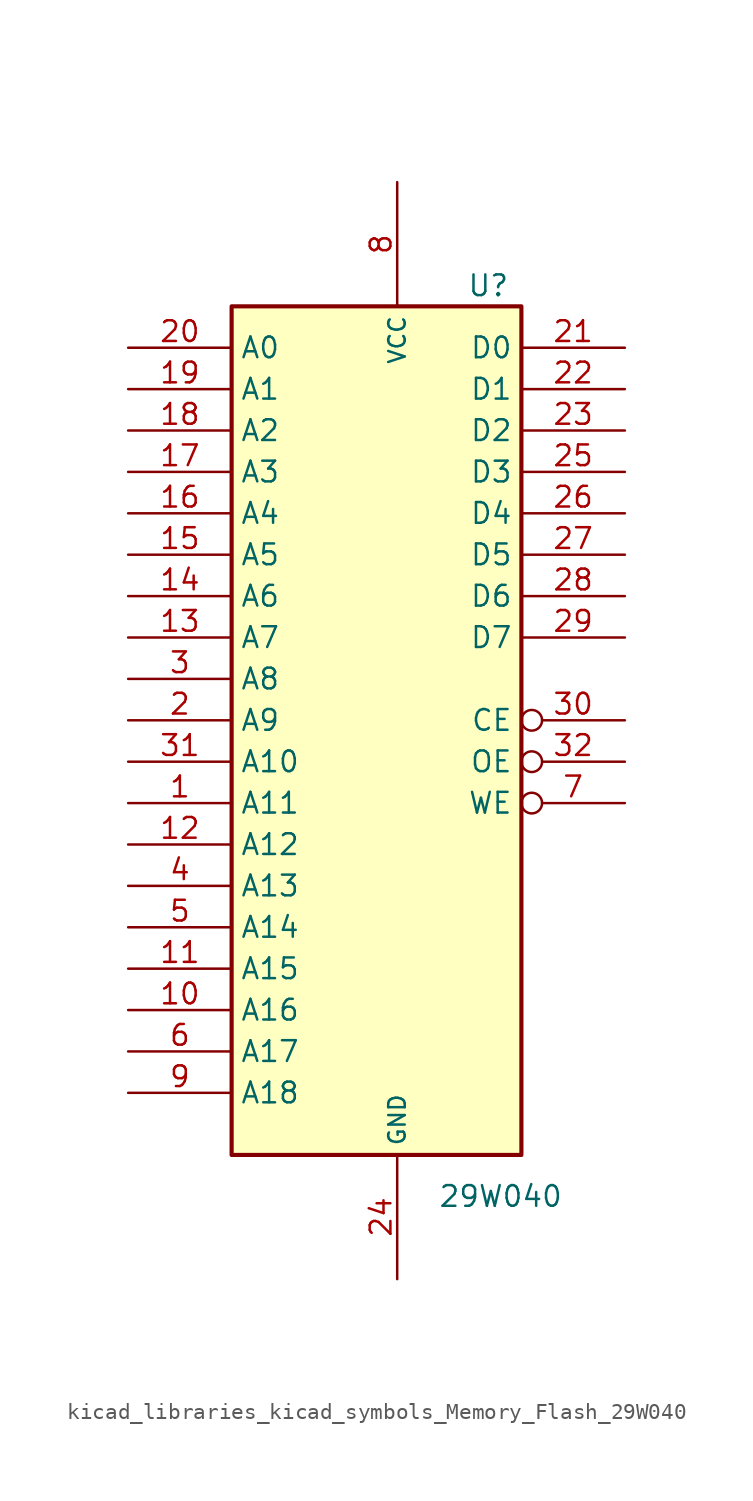
<source format=kicad_sym>
(kicad_symbol_lib
  (version 20220914)
  (generator kicad_symbol_editor)
  (symbol "kicad_libraries_kicad_symbols_Memory_Flash_29W040"
    (property "Reference" "U"
      (at 6.858 24.13 0)
      (effects (font (size 1.27 1.27))))
    (property "Value" "29W040"
      (at 7.62 -31.75 0)
      (effects (font (size 1.27 1.27))))
    (symbol "kicad_libraries_kicad_symbols_Memory_Flash_29W040_0_1"
      (rectangle (start -8.89 22.86) (end 8.89 -29.21) (stroke (width 0.254) (type default)) (fill (type background))))
    (symbol "kicad_libraries_kicad_symbols_Memory_Flash_29W040_1_1"
      (pin input line (at -15.24 -7.62 0) (length 6.35) (name "A11" (effects (font (size 1.27 1.27)))) (number "1" (effects (font (size 1.27 1.27)))))
      (pin input line (at -15.24 -20.32 0) (length 6.35) (name "A16" (effects (font (size 1.27 1.27)))) (number "10" (effects (font (size 1.27 1.27)))))
      (pin input line (at -15.24 -17.78 0) (length 6.35) (name "A15" (effects (font (size 1.27 1.27)))) (number "11" (effects (font (size 1.27 1.27)))))
      (pin input line (at -15.24 -10.16 0) (length 6.35) (name "A12" (effects (font (size 1.27 1.27)))) (number "12" (effects (font (size 1.27 1.27)))))
      (pin input line (at -15.24 2.54 0) (length 6.35) (name "A7" (effects (font (size 1.27 1.27)))) (number "13" (effects (font (size 1.27 1.27)))))
      (pin input line (at -15.24 5.08 0) (length 6.35) (name "A6" (effects (font (size 1.27 1.27)))) (number "14" (effects (font (size 1.27 1.27)))))
      (pin input line (at -15.24 7.62 0) (length 6.35) (name "A5" (effects (font (size 1.27 1.27)))) (number "15" (effects (font (size 1.27 1.27)))))
      (pin input line (at -15.24 10.16 0) (length 6.35) (name "A4" (effects (font (size 1.27 1.27)))) (number "16" (effects (font (size 1.27 1.27)))))
      (pin input line (at -15.24 12.7 0) (length 6.35) (name "A3" (effects (font (size 1.27 1.27)))) (number "17" (effects (font (size 1.27 1.27)))))
      (pin input line (at -15.24 15.24 0) (length 6.35) (name "A2" (effects (font (size 1.27 1.27)))) (number "18" (effects (font (size 1.27 1.27)))))
      (pin input line (at -15.24 17.78 0) (length 6.35) (name "A1" (effects (font (size 1.27 1.27)))) (number "19" (effects (font (size 1.27 1.27)))))
      (pin input line (at -15.24 -2.54 0) (length 6.35) (name "A9" (effects (font (size 1.27 1.27)))) (number "2" (effects (font (size 1.27 1.27)))))
      (pin input line (at -15.24 20.32 0) (length 6.35) (name "A0" (effects (font (size 1.27 1.27)))) (number "20" (effects (font (size 1.27 1.27)))))
      (pin tri_state line (at 15.24 20.32 180) (length 6.35) (name "D0" (effects (font (size 1.27 1.27)))) (number "21" (effects (font (size 1.27 1.27)))))
      (pin tri_state line (at 15.24 17.78 180) (length 6.35) (name "D1" (effects (font (size 1.27 1.27)))) (number "22" (effects (font (size 1.27 1.27)))))
      (pin tri_state line (at 15.24 15.24 180) (length 6.35) (name "D2" (effects (font (size 1.27 1.27)))) (number "23" (effects (font (size 1.27 1.27)))))
      (pin power_in line (at 1.27 -36.83 90) (length 7.62) (name "GND" (effects (font (size 1.016 1.016)))) (number "24" (effects (font (size 1.27 1.27)))))
      (pin tri_state line (at 15.24 12.7 180) (length 6.35) (name "D3" (effects (font (size 1.27 1.27)))) (number "25" (effects (font (size 1.27 1.27)))))
      (pin tri_state line (at 15.24 10.16 180) (length 6.35) (name "D4" (effects (font (size 1.27 1.27)))) (number "26" (effects (font (size 1.27 1.27)))))
      (pin tri_state line (at 15.24 7.62 180) (length 6.35) (name "D5" (effects (font (size 1.27 1.27)))) (number "27" (effects (font (size 1.27 1.27)))))
      (pin tri_state line (at 15.24 5.08 180) (length 6.35) (name "D6" (effects (font (size 1.27 1.27)))) (number "28" (effects (font (size 1.27 1.27)))))
      (pin tri_state line (at 15.24 2.54 180) (length 6.35) (name "D7" (effects (font (size 1.27 1.27)))) (number "29" (effects (font (size 1.27 1.27)))))
      (pin input line (at -15.24 0 0) (length 6.35) (name "A8" (effects (font (size 1.27 1.27)))) (number "3" (effects (font (size 1.27 1.27)))))
      (pin input inverted (at 15.24 -2.54 180) (length 6.35) (name "CE" (effects (font (size 1.27 1.27)))) (number "30" (effects (font (size 1.27 1.27)))))
      (pin input line (at -15.24 -5.08 0) (length 6.35) (name "A10" (effects (font (size 1.27 1.27)))) (number "31" (effects (font (size 1.27 1.27)))))
      (pin input inverted (at 15.24 -5.08 180) (length 6.35) (name "OE" (effects (font (size 1.27 1.27)))) (number "32" (effects (font (size 1.27 1.27)))))
      (pin input line (at -15.24 -12.7 0) (length 6.35) (name "A13" (effects (font (size 1.27 1.27)))) (number "4" (effects (font (size 1.27 1.27)))))
      (pin input line (at -15.24 -15.24 0) (length 6.35) (name "A14" (effects (font (size 1.27 1.27)))) (number "5" (effects (font (size 1.27 1.27)))))
      (pin input line (at -15.24 -22.86 0) (length 6.35) (name "A17" (effects (font (size 1.27 1.27)))) (number "6" (effects (font (size 1.27 1.27)))))
      (pin input inverted (at 15.24 -7.62 180) (length 6.35) (name "WE" (effects (font (size 1.27 1.27)))) (number "7" (effects (font (size 1.27 1.27)))))
      (pin power_in line (at 1.27 30.48 270) (length 7.62) (name "VCC" (effects (font (size 1.016 1.016)))) (number "8" (effects (font (size 1.27 1.27)))))
      (pin input line (at -15.24 -25.4 0) (length 6.35) (name "A18" (effects (font (size 1.27 1.27)))) (number "9" (effects (font (size 1.27 1.27))))))))
</source>
